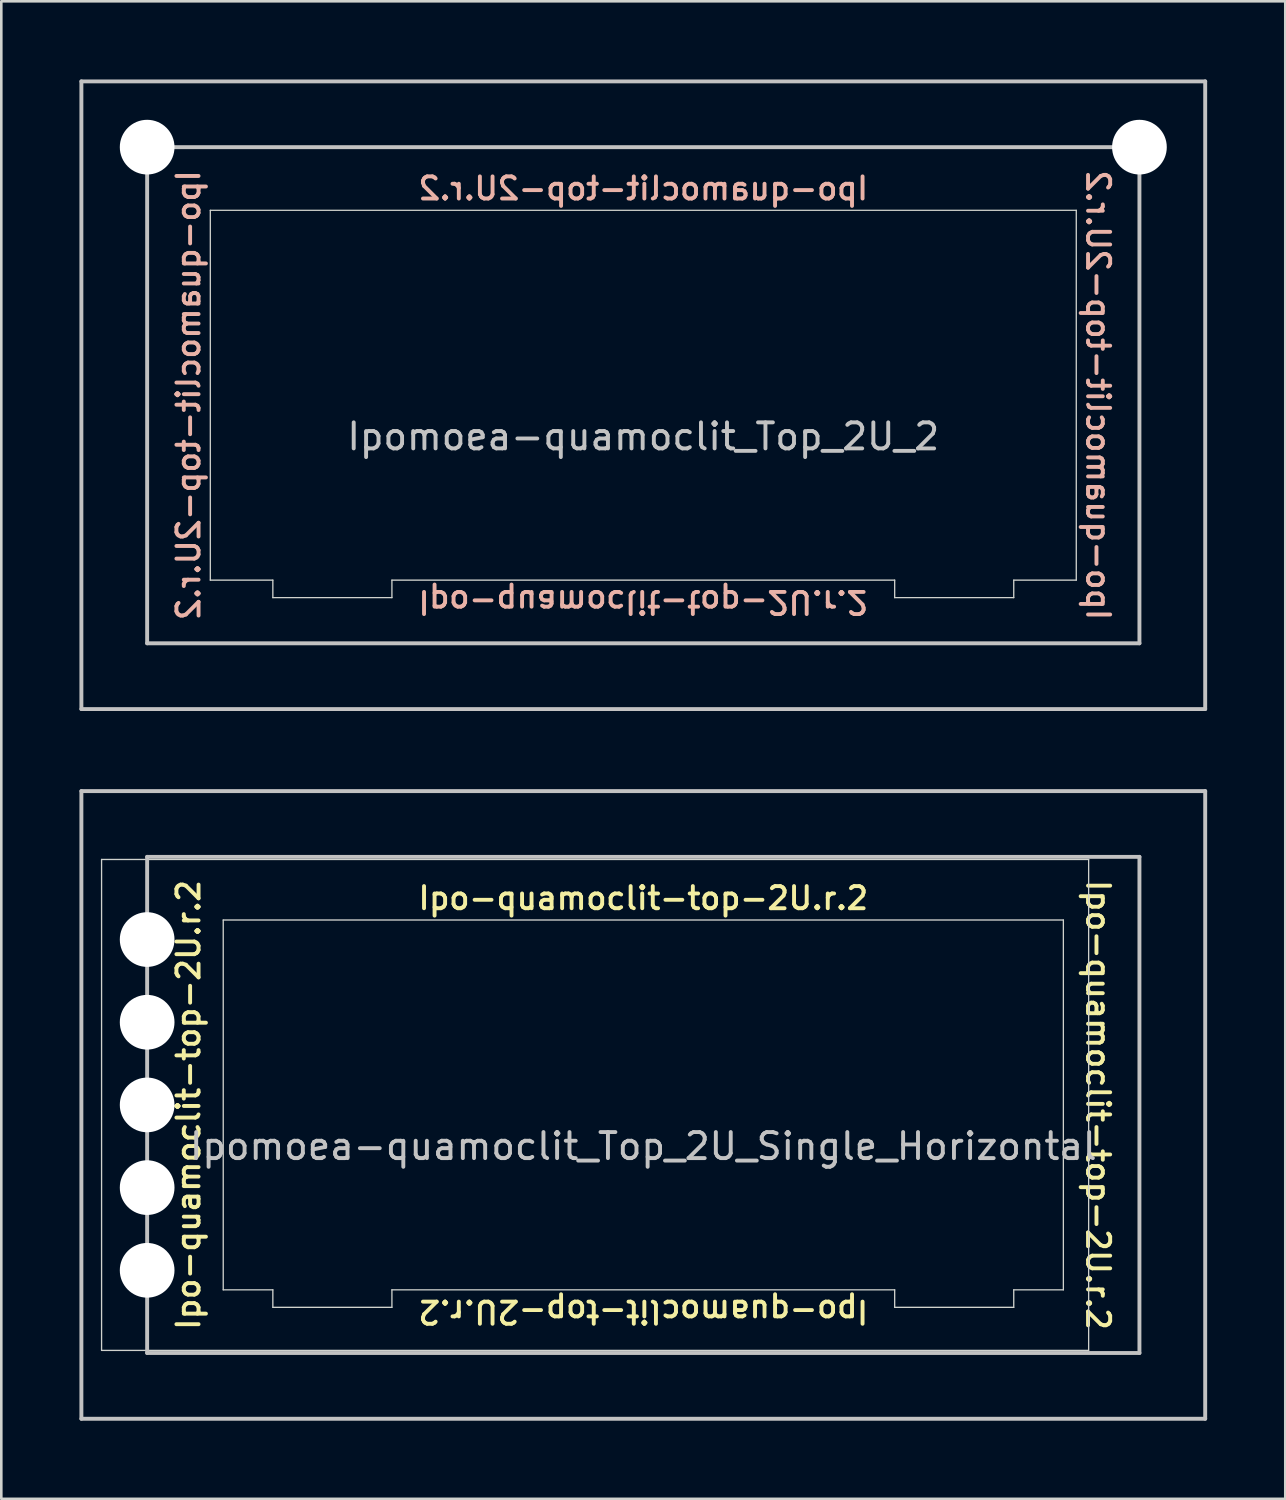
<source format=kicad_pcb>
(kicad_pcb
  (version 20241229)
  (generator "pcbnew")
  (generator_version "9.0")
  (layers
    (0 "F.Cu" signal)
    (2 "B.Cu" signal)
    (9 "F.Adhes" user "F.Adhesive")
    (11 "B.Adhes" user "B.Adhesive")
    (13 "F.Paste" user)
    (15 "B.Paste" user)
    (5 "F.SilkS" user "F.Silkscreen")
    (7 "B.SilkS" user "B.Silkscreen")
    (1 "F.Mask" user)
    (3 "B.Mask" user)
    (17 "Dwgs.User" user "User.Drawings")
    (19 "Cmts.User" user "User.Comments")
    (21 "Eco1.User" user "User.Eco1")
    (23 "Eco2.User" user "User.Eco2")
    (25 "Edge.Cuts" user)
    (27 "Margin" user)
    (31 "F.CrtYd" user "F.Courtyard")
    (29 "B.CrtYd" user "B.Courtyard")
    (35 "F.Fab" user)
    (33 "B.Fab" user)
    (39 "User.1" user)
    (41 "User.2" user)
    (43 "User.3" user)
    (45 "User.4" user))
  (footprint "Ipomoea-quamoclit_Top_2U_Single_Horizontal"
    (layer "F.Cu")
    (at 21.65 39.375)
    (property "Reference" "Ipomoea-quamoclit_Top_2U_Single_Horizontal" (at 0 1.587 0) (layer "Dwgs.User") (effects (font (size 1 1) (thickness 0.15))))
    (attr through_hole)
    (fp_line (start -21.575 -12.05) (end 21.575 -12.05) (stroke (width 0.15) (type solid)) (layer "Dwgs.User"))
    (fp_line (start -21.575 12.05) (end -21.575 -12.05) (stroke (width 0.15) (type solid)) (layer "Dwgs.User"))
    (fp_line (start -19.05 -9.525) (end -19.05 9.525) (stroke (width 0.15) (type solid)) (layer "Dwgs.User"))
    (fp_line (start -19.05 9.525) (end 19.05 9.525) (stroke (width 0.15) (type solid)) (layer "Dwgs.User"))
    (fp_line (start 19.05 -9.525) (end -19.05 -9.525) (stroke (width 0.15) (type solid)) (layer "Dwgs.User"))
    (fp_line (start 19.05 9.525) (end 19.05 -9.525) (stroke (width 0.15) (type solid)) (layer "Dwgs.User"))
    (fp_line (start 21.575 -12.05) (end 21.575 12.05) (stroke (width 0.15) (type solid)) (layer "Dwgs.User"))
    (fp_line (start 21.575 12.05) (end -21.575 12.05) (stroke (width 0.15) (type solid)) (layer "Dwgs.User"))
    (fp_line (start -20.8 -9.425) (end -20.8 9.425) (stroke (width 0.05) (type solid)) (layer "Edge.Cuts"))
    (fp_line (start -20.8 -9.425) (end 17.1 -9.425) (stroke (width 0.05) (type solid)) (layer "Edge.Cuts"))
    (fp_line (start -16.129 -7.1) (end 16.129 -7.1) (stroke (width 0.05) (type solid)) (layer "Edge.Cuts"))
    (fp_line (start -16.129 7.1) (end -16.129 -7.1) (stroke (width 0.05) (type solid)) (layer "Edge.Cuts"))
    (fp_line (start -14.224 7.1) (end -16.129 7.1) (stroke (width 0.05) (type solid)) (layer "Edge.Cuts"))
    (fp_line (start -14.224 7.1) (end -14.224 7.772) (stroke (width 0.05) (type solid)) (layer "Edge.Cuts"))
    (fp_line (start -9.652 7.1) (end -9.652 7.772) (stroke (width 0.05) (type solid)) (layer "Edge.Cuts"))
    (fp_line (start -9.652 7.772) (end -14.224 7.772) (stroke (width 0.05) (type solid)) (layer "Edge.Cuts"))
    (fp_line (start 9.652 7.1) (end -9.652 7.1) (stroke (width 0.05) (type solid)) (layer "Edge.Cuts"))
    (fp_line (start 9.652 7.1) (end 9.652 7.772) (stroke (width 0.05) (type solid)) (layer "Edge.Cuts"))
    (fp_line (start 9.652 7.772) (end 14.224 7.772) (stroke (width 0.05) (type solid)) (layer "Edge.Cuts"))
    (fp_line (start 14.224 7.1) (end 14.224 7.772) (stroke (width 0.05) (type solid)) (layer "Edge.Cuts"))
    (fp_line (start 14.224 7.1) (end 16.129 7.1) (stroke (width 0.05) (type solid)) (layer "Edge.Cuts"))
    (fp_line (start 16.129 7.1) (end 16.129 -7.1) (stroke (width 0.05) (type solid)) (layer "Edge.Cuts"))
    (fp_line (start 17.1 -9.425) (end 17.1 9.425) (stroke (width 0.05) (type solid)) (layer "Edge.Cuts"))
    (fp_line (start 17.1 9.425) (end -20.8 9.425) (stroke (width 0.05) (type solid)) (layer "Edge.Cuts"))
    (fp_text user "Ipo-quamoclit-top-2U.r.2" (at -17.462 0 90) (unlocked yes) (layer "F.SilkS") (effects (font (size 0.85 0.85) (thickness 0.15))))
    (fp_text user "Ipo-quamoclit-top-2U.r.2" (at 0 -7.938 0) (unlocked yes) (layer "F.SilkS") (effects (font (size 0.85 0.85) (thickness 0.15))))
    (fp_text user "Ipo-quamoclit-top-2U.r.2" (at 17.462 0 270) (unlocked yes) (layer "F.SilkS") (effects (font (size 0.85 0.85) (thickness 0.15))))
    (fp_text user "Ipo-quamoclit-top-2U.r.2" (at 0 7.938 180) (unlocked yes) (layer "F.SilkS") (effects (font (size 0.85 0.85) (thickness 0.15))))
    (pad "" np_thru_hole circle (at -19.05 -6.35 90) (size 2.1 2.1) (drill 2.1) (layers "*.Cu" "*.Mask"))
    (pad "" np_thru_hole circle (at -19.05 -3.175 90) (size 2.1 2.1) (drill 2.1) (layers "*.Cu" "*.Mask"))
    (pad "" np_thru_hole circle (at -19.05 0 90) (size 2.1 2.1) (drill 2.1) (layers "*.Cu" "*.Mask"))
    (pad "" np_thru_hole circle (at -19.05 3.175 90) (size 2.1 2.1) (drill 2.1) (layers "*.Cu" "*.Mask"))
    (pad "" np_thru_hole circle (at -19.05 6.35 90) (size 2.1 2.1) (drill 2.1) (layers "*.Cu" "*.Mask")))
  (footprint "Ipomoea-quamoclit_Top_2U_2"
    (layer "F.Cu")
    (at 21.65 12.125)
    (property "Reference" "Ipomoea-quamoclit_Top_2U_2" (at 0 1.587 0) (layer "Dwgs.User") (effects (font (size 1 1) (thickness 0.15))))
    (attr through_hole)
    (fp_line (start -21.575 -12.05) (end 21.575 -12.05) (stroke (width 0.15) (type solid)) (layer "Dwgs.User"))
    (fp_line (start -21.575 12.05) (end -21.575 -12.05) (stroke (width 0.15) (type solid)) (layer "Dwgs.User"))
    (fp_line (start -19.05 -9.525) (end -19.05 9.525) (stroke (width 0.15) (type solid)) (layer "Dwgs.User"))
    (fp_line (start -19.05 9.525) (end 19.05 9.525) (stroke (width 0.15) (type solid)) (layer "Dwgs.User"))
    (fp_line (start 19.05 -9.525) (end -19.05 -9.525) (stroke (width 0.15) (type solid)) (layer "Dwgs.User"))
    (fp_line (start 19.05 9.525) (end 19.05 -9.525) (stroke (width 0.15) (type solid)) (layer "Dwgs.User"))
    (fp_line (start 21.575 -12.05) (end 21.575 12.05) (stroke (width 0.15) (type solid)) (layer "Dwgs.User"))
    (fp_line (start 21.575 12.05) (end -21.575 12.05) (stroke (width 0.15) (type solid)) (layer "Dwgs.User"))
    (fp_line (start -16.625 -7.1) (end 16.625 -7.1) (stroke (width 0.05) (type solid)) (layer "Edge.Cuts"))
    (fp_line (start -16.625 7.1) (end -16.625 -7.1) (stroke (width 0.05) (type solid)) (layer "Edge.Cuts"))
    (fp_line (start -14.224 7.1) (end -16.625 7.1) (stroke (width 0.05) (type solid)) (layer "Edge.Cuts"))
    (fp_line (start -14.224 7.1) (end -14.224 7.772) (stroke (width 0.05) (type solid)) (layer "Edge.Cuts"))
    (fp_line (start -9.652 7.1) (end -9.652 7.772) (stroke (width 0.05) (type solid)) (layer "Edge.Cuts"))
    (fp_line (start -9.652 7.772) (end -14.224 7.772) (stroke (width 0.05) (type solid)) (layer "Edge.Cuts"))
    (fp_line (start 9.652 7.1) (end -9.652 7.1) (stroke (width 0.05) (type solid)) (layer "Edge.Cuts"))
    (fp_line (start 9.652 7.1) (end 9.652 7.772) (stroke (width 0.05) (type solid)) (layer "Edge.Cuts"))
    (fp_line (start 9.652 7.772) (end 14.224 7.772) (stroke (width 0.05) (type solid)) (layer "Edge.Cuts"))
    (fp_line (start 14.224 7.1) (end 14.224 7.772) (stroke (width 0.05) (type solid)) (layer "Edge.Cuts"))
    (fp_line (start 14.224 7.1) (end 16.625 7.1) (stroke (width 0.05) (type solid)) (layer "Edge.Cuts"))
    (fp_line (start 16.625 7.1) (end 16.625 -7.1) (stroke (width 0.05) (type solid)) (layer "Edge.Cuts"))
    (fp_text user "Ipo-quamoclit-top-2U.r.2" (at -17.462 0 90) (unlocked yes) (layer "B.SilkS") (effects (font (size 0.85 0.85) (thickness 0.15)) (justify mirror)))
    (fp_text user "Ipo-quamoclit-top-2U.r.2" (at 0 7.938 180) (unlocked yes) (layer "B.SilkS") (effects (font (size 0.85 0.85) (thickness 0.15)) (justify mirror)))
    (fp_text user "Ipo-quamoclit-top-2U.r.2" (at 17.462 0 270) (unlocked yes) (layer "B.SilkS") (effects (font (size 0.85 0.85) (thickness 0.15)) (justify mirror)))
    (fp_text user "Ipo-quamoclit-top-2U.r.2" (at 0 -7.938 0) (unlocked yes) (layer "B.SilkS") (effects (font (size 0.85 0.85) (thickness 0.15)) (justify mirror)))
    (pad "" np_thru_hole circle (at -19.05 -9.525 180) (size 2.1 2.1) (drill 2.1) (layers "*.Cu" "*.Mask"))
    (pad "" np_thru_hole circle (at 19.05 -9.525 180) (size 2.1 2.1) (drill 2.1) (layers "*.Cu" "*.Mask")))
  (gr_rect
    (start -3 -3)
    (end 46.3 54.5)
    (stroke (width 0.1) (type default))
    (fill no)
    (layer "Edge.Cuts")))
</source>
